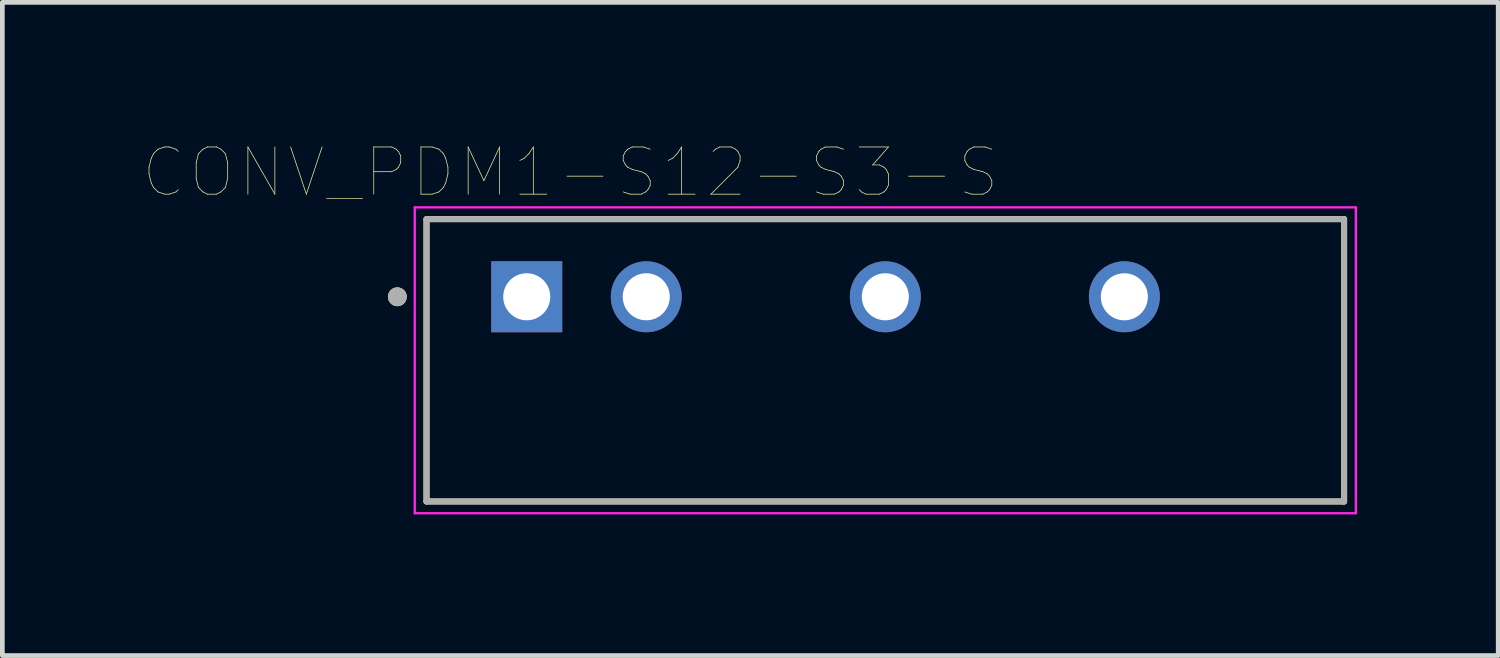
<source format=kicad_pcb>
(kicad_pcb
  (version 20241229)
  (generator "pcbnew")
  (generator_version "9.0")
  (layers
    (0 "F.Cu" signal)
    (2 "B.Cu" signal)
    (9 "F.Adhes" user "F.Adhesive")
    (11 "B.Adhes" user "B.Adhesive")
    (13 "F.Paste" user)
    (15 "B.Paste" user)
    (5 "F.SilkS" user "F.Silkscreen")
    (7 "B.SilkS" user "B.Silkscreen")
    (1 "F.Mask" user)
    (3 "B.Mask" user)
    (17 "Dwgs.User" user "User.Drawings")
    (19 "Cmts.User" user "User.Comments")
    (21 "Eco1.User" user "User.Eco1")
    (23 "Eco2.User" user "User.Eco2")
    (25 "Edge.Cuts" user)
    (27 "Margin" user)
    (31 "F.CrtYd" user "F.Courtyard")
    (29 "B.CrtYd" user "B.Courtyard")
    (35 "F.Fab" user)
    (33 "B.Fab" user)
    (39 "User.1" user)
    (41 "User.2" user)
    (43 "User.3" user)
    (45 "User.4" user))
  (footprint "CONV_PDM1-S12-S3-S"
    (layer "F.Cu")
    (at 8.144 3.257)
    (property "Reference" "CONV_PDM1-S12-S3-S" (at 0.928 -2.644 0) (layer "F.SilkS") (effects (font (size 1.003 1.003) (thickness 0.015))))
    (attr through_hole)
    (fp_line (start -2.13 -1.65) (end 17.37 -1.65) (stroke (width 0.127) (type solid)) (layer "F.SilkS"))
    (fp_line (start -2.13 4.35) (end -2.13 -1.65) (stroke (width 0.127) (type solid)) (layer "F.SilkS"))
    (fp_line (start 17.37 -1.65) (end 17.37 4.35) (stroke (width 0.127) (type solid)) (layer "F.SilkS"))
    (fp_line (start 17.37 4.35) (end -2.13 4.35) (stroke (width 0.127) (type solid)) (layer "F.SilkS"))
    (fp_circle (center -2.75 0) (end -2.65 0) (stroke (width 0.2) (type solid)) (fill no) (layer "F.SilkS"))
    (fp_line (start -2.38 -1.9) (end 17.62 -1.9) (stroke (width 0.05) (type solid)) (layer "F.CrtYd"))
    (fp_line (start -2.38 4.6) (end -2.38 -1.9) (stroke (width 0.05) (type solid)) (layer "F.CrtYd"))
    (fp_line (start 17.62 -1.9) (end 17.62 4.6) (stroke (width 0.05) (type solid)) (layer "F.CrtYd"))
    (fp_line (start 17.62 4.6) (end -2.38 4.6) (stroke (width 0.05) (type solid)) (layer "F.CrtYd"))
    (fp_line (start -2.13 -1.65) (end 17.37 -1.65) (stroke (width 0.127) (type solid)) (layer "F.Fab"))
    (fp_line (start -2.13 4.35) (end -2.13 -1.65) (stroke (width 0.127) (type solid)) (layer "F.Fab"))
    (fp_line (start 17.37 -1.65) (end 17.37 4.35) (stroke (width 0.127) (type solid)) (layer "F.Fab"))
    (fp_line (start 17.37 4.35) (end -2.13 4.35) (stroke (width 0.127) (type solid)) (layer "F.Fab"))
    (fp_circle (center -2.75 0) (end -2.65 0) (stroke (width 0.2) (type solid)) (fill no) (layer "F.Fab"))
    (pad "1" thru_hole rect (at 0 0) (size 1.508 1.508) (drill 1) (layers "*.Cu" "*.Mask"))
    (pad "2" thru_hole circle (at 2.54 0) (size 1.508 1.508) (drill 1) (layers "*.Cu" "*.Mask"))
    (pad "4" thru_hole circle (at 7.62 0) (size 1.508 1.508) (drill 1) (layers "*.Cu" "*.Mask"))
    (pad "6" thru_hole circle (at 12.7 0) (size 1.508 1.508) (drill 1) (layers "*.Cu" "*.Mask")))
  (gr_rect
    (start -3 -3)
    (end 28.789 10.882)
    (stroke (width 0.1) (type default))
    (fill no)
    (layer "Edge.Cuts")))
</source>
